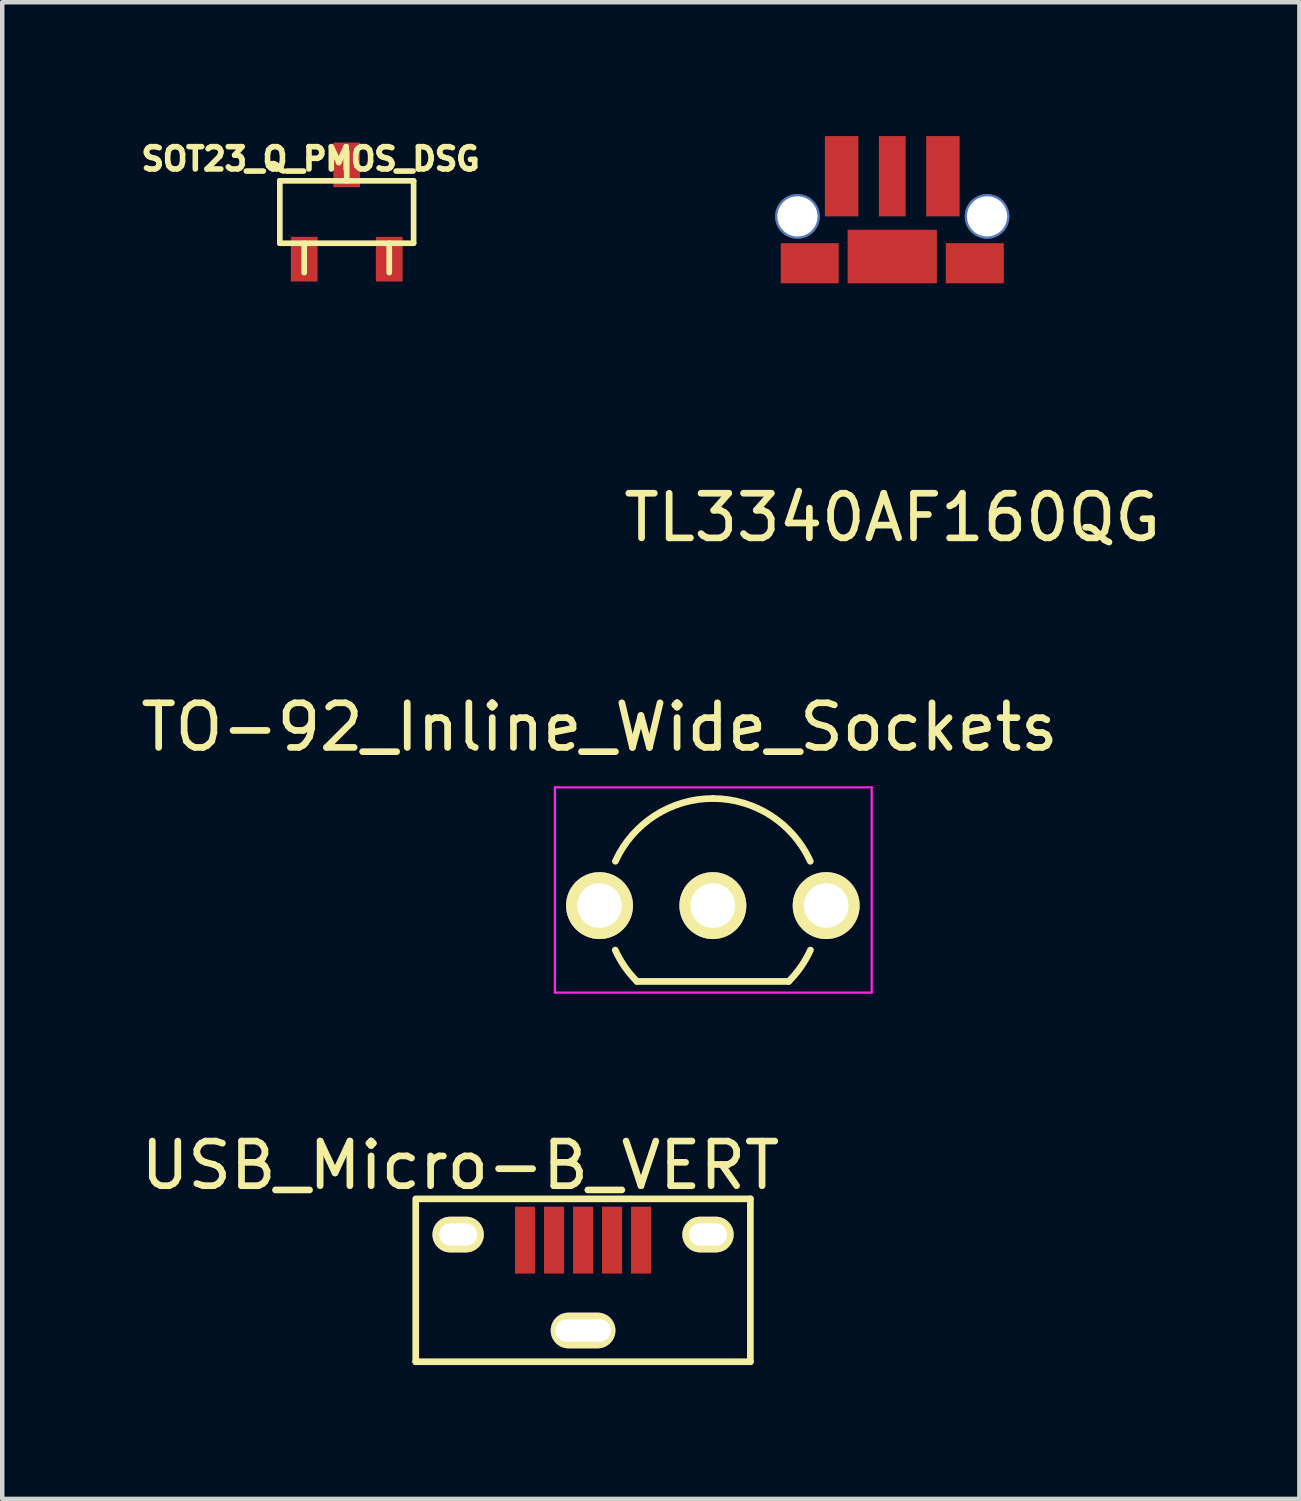
<source format=kicad_pcb>
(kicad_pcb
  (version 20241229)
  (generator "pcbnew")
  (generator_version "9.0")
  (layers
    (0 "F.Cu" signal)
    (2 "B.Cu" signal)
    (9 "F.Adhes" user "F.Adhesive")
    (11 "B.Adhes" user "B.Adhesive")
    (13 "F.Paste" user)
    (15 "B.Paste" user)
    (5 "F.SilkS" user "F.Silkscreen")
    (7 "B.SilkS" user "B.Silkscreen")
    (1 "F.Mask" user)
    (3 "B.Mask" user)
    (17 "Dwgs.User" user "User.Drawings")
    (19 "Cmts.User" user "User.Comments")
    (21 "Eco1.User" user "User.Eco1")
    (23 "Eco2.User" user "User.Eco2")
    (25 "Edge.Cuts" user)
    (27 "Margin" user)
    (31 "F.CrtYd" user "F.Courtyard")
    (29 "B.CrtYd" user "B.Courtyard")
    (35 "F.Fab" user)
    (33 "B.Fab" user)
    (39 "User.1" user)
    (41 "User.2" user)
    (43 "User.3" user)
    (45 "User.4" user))
  (footprint "TO-92_Inline_Wide_Sockets"
    (layer "F.Cu")
    (at 10.387 17.247)
    (property "Reference" "TO-92_Inline_Wide_Sockets" (at 0 -4 180) (layer "F.SilkS") (effects (font (size 1 1) (thickness 0.15))))
    (attr through_hole)
    (fp_line (start 0.84 1.7) (end 4.24 1.7) (stroke (width 0.15) (type solid)) (layer "F.SilkS"))
    (fp_arc (start 0.355121 -0.993127) (mid 1.240675 -2.017858) (end 2.54 -2.4) (stroke (width 0.15) (type solid)) (layer "F.SilkS"))
    (fp_arc (start 0.84 1.7) (mid 0.564627 1.370365) (end 0.352305 0.99699) (stroke (width 0.15) (type solid)) (layer "F.SilkS"))
    (fp_arc (start 2.54 -2.4) (mid 3.839326 -2.017858) (end 4.724879 -0.993127) (stroke (width 0.15) (type solid)) (layer "F.SilkS"))
    (fp_arc (start 4.727695 0.99699) (mid 4.515373 1.370365) (end 4.24 1.7) (stroke (width 0.15) (type solid)) (layer "F.SilkS"))
    (fp_line (start -1 -2.65) (end 6.1 -2.65) (stroke (width 0.05) (type solid)) (layer "F.CrtYd"))
    (fp_line (start -1 1.95) (end -1 -2.65) (stroke (width 0.05) (type solid)) (layer "F.CrtYd"))
    (fp_line (start -1 1.95) (end 6.1 1.95) (stroke (width 0.05) (type solid)) (layer "F.CrtYd"))
    (fp_line (start 6.1 1.95) (end 6.1 -2.65) (stroke (width 0.05) (type solid)) (layer "F.CrtYd"))
    (pad "1" thru_hole circle (at 0 0 90) (size 1.5 1.5) (drill 1) (layers "*.Cu" "*.Mask" "F.SilkS"))
    (pad "2" thru_hole circle (at 2.54 0 90) (size 1.5 1.5) (drill 1) (layers "*.Cu" "*.Mask" "F.SilkS"))
    (pad "3" thru_hole circle (at 5.08 0 90) (size 1.5 1.5) (drill 1) (layers "*.Cu" "*.Mask" "F.SilkS")))
  (footprint "USB_Micro-B_VERT"
    (layer "F.Cu")
    (at 10.018 24.62)
    (property "Reference" "USB_Micro-B_VERT" (at -2.75 -1.55 0) (layer "F.SilkS") (effects (font (size 1 1) (thickness 0.15))))
    (attr smd)
    (fp_line (start -3.75 2.85) (end -3.75 -0.8) (stroke (width 0.15) (type solid)) (layer "F.SilkS"))
    (fp_line (start -3.7 -0.8) (end 3.75 -0.8) (stroke (width 0.15) (type solid)) (layer "F.SilkS"))
    (fp_line (start 3.75 -0.8) (end 3.75 2.85) (stroke (width 0.15) (type solid)) (layer "F.SilkS"))
    (fp_line (start 3.75 2.85) (end -3.75 2.85) (stroke (width 0.15) (type solid)) (layer "F.SilkS"))
    (pad "1" smd rect (at -1.3 0.125 90) (size 1.5 0.45) (layers "F.Cu" "F.Mask" "F.Paste"))
    (pad "2" smd rect (at -0.65 0.125 90) (size 1.5 0.45) (layers "F.Cu" "F.Mask" "F.Paste"))
    (pad "3" smd rect (at 0 0.125 90) (size 1.5 0.45) (layers "F.Cu" "F.Mask" "F.Paste"))
    (pad "4" smd rect (at 0.65 0.125 90) (size 1.5 0.45) (layers "F.Cu" "F.Mask" "F.Paste"))
    (pad "5" smd rect (at 1.3 0.125 90) (size 1.5 0.45) (layers "F.Cu" "F.Mask" "F.Paste"))
    (pad "6" thru_hole oval (at -2.8 0 90) (size 0.8 1.15) (drill oval 0.5 0.85) (layers "*.Cu" "*.Mask" "F.SilkS"))
    (pad "6" thru_hole oval (at 0 2.15 90) (size 0.8 1.45) (drill oval 0.5 1.25) (layers "*.Cu" "*.Mask" "F.SilkS"))
    (pad "6" thru_hole oval (at 2.8 0 90) (size 0.8 1.15) (drill oval 0.5 0.85) (layers "*.Cu" "*.Mask" "F.SilkS")))
  (footprint "TL3340AF160QG"
    (layer "F.Cu")
    (at 16.948 1.8)
    (property "Reference" "TL3340AF160QG" (at 0 6.75 0) (layer "F.SilkS") (effects (font (size 1 1) (thickness 0.15))))
    (attr through_hole)
    (pad "0" thru_hole circle (at -2.125 0) (size 1 1) (drill 0.9) (layers "*.Cu" "*.Mask"))
    (pad "0" smd rect (at -1.85 1.05) (size 1.3 0.9) (layers "F.Cu" "F.Mask" "F.Paste"))
    (pad "0" smd rect (at 0 0.9) (size 2 1.2) (layers "F.Cu"))
    (pad "0" smd rect (at 1.85 1.05) (size 1.3 0.9) (layers "F.Cu" "F.Mask" "F.Paste"))
    (pad "0" thru_hole circle (at 2.125 0) (size 1 1) (drill 0.9) (layers "*.Cu" "*.Mask"))
    (pad "1" smd rect (at -1.135 -0.9) (size 0.75 1.8) (layers "F.Cu" "F.Mask" "F.Paste"))
    (pad "2" smd rect (at 0 -0.9) (size 0.6 1.8) (layers "F.Cu" "F.Mask" "F.Paste"))
    (pad "3" smd rect (at 1.135 -0.9) (size 0.75 1.8) (layers "F.Cu" "F.Mask" "F.Paste")))
  (footprint "SOT23_Q_PMOS_DSG"
    (layer "F.Cu")
    (at 4.721 1.702)
    (property "Reference" "SOT23_Q_PMOS_DSG" (at -0.81 -1.19 0) (layer "F.SilkS") (effects (font (size 0.5 0.5) (thickness 0.125))))
    (attr through_hole)
    (fp_line (start -1.499 -0.699) (end 1.499 -0.699) (stroke (width 0.127) (type solid)) (layer "F.SilkS"))
    (fp_line (start -1.499 0.699) (end -1.499 -0.699) (stroke (width 0.127) (type solid)) (layer "F.SilkS"))
    (fp_line (start -0.953 0.699) (end -0.953 1.359) (stroke (width 0.127) (type solid)) (layer "F.SilkS"))
    (fp_line (start 0 -0.699) (end 0 -1.359) (stroke (width 0.127) (type solid)) (layer "F.SilkS"))
    (fp_line (start 0.953 0.699) (end 0.953 1.359) (stroke (width 0.127) (type solid)) (layer "F.SilkS"))
    (fp_line (start 1.499 -0.699) (end 1.499 0.699) (stroke (width 0.127) (type solid)) (layer "F.SilkS"))
    (fp_line (start 1.499 0.699) (end -1.499 0.699) (stroke (width 0.127) (type solid)) (layer "F.SilkS"))
    (pad "1" smd rect (at 0 -1.057) (size 0.599 1.001) (layers "F.Cu" "F.Mask" "F.Paste"))
    (pad "2" smd rect (at 0.953 1.057) (size 0.599 1.001) (layers "F.Cu" "F.Mask" "F.Paste"))
    (pad "3" smd rect (at -0.953 1.057) (size 0.599 1.001) (layers "F.Cu" "F.Mask" "F.Paste")))
  (gr_rect
    (start -3 -3)
    (end 26.073 30.545)
    (stroke (width 0.1) (type default))
    (fill no)
    (layer "Edge.Cuts")))
</source>
